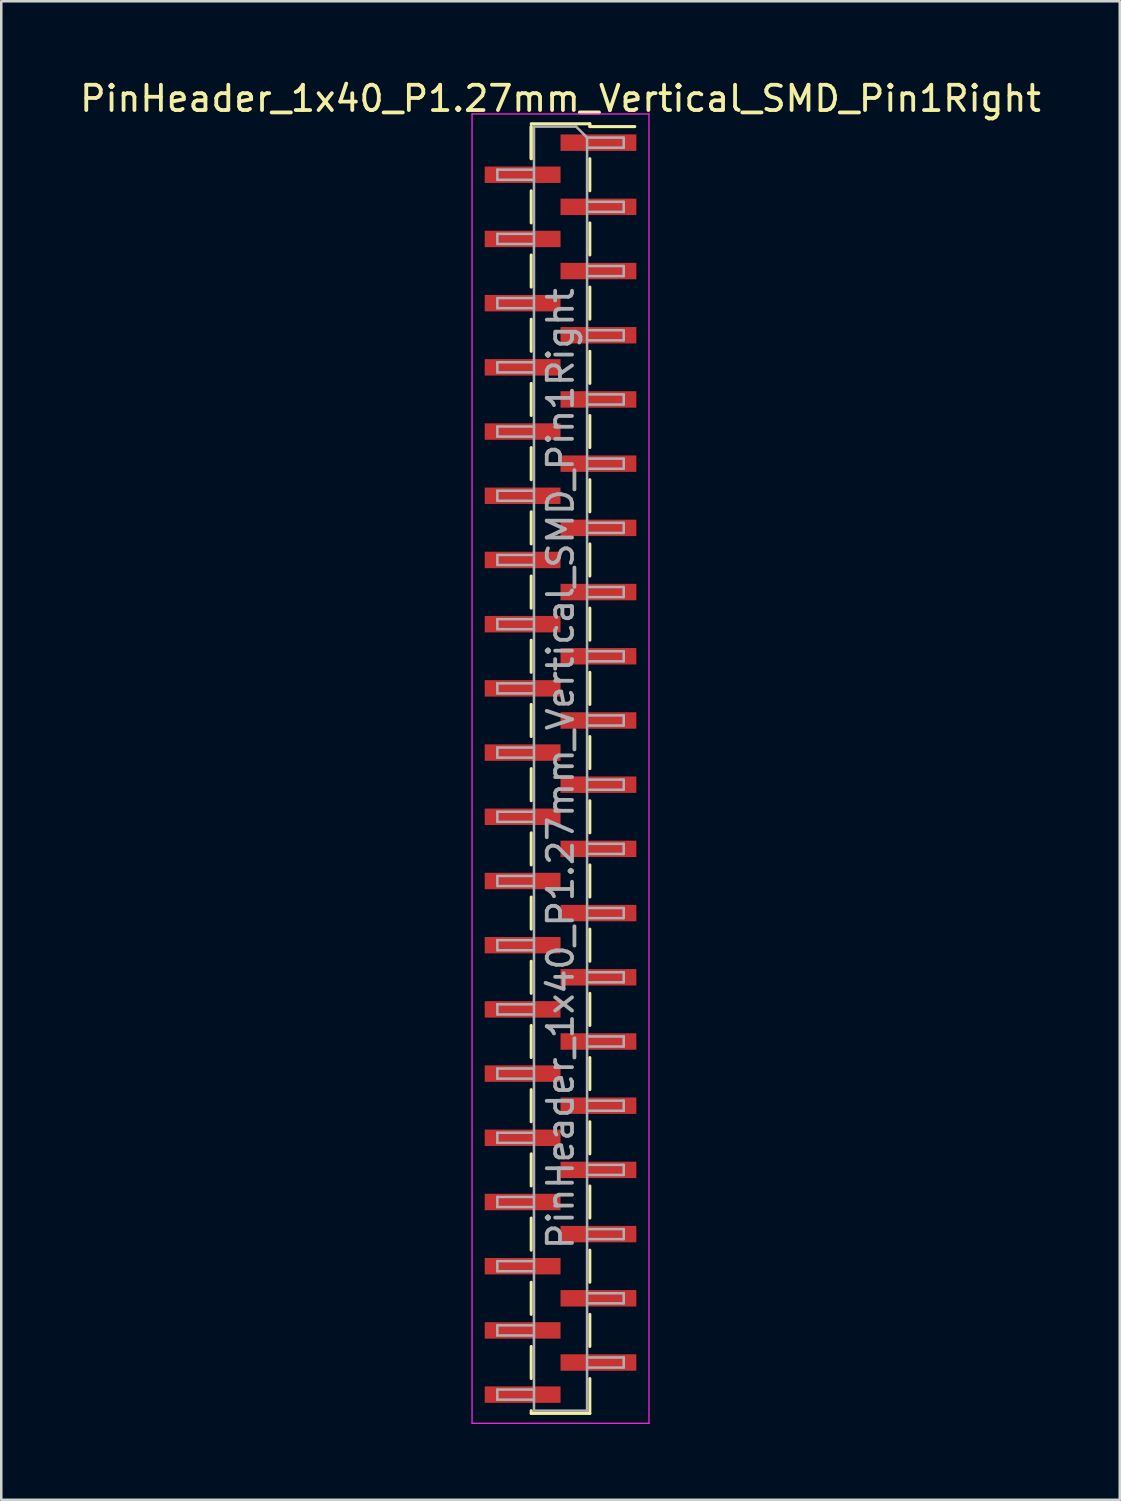
<source format=kicad_pcb>
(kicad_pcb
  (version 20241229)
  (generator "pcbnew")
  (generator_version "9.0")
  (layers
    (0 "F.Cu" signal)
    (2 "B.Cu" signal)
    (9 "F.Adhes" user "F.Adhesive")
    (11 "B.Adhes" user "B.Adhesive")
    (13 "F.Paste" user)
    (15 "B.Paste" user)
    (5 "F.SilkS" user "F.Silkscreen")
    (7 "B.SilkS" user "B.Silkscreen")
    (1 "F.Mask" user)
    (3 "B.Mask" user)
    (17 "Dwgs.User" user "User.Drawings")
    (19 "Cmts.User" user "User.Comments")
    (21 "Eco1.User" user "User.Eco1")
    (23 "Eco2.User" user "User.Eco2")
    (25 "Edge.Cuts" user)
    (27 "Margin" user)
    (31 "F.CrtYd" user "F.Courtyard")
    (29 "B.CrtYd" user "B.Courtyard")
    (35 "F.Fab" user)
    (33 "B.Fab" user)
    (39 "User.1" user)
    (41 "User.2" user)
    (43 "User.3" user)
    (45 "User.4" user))
  (footprint "PinHeader_1x40_P1.27mm_Vertical_SMD_Pin1Right"
    (layer "F.Cu")
    (at 19.125 27.358)
    (property "Reference" "PinHeader_1x40_P1.27mm_Vertical_SMD_Pin1Right" (at 0 -26.51 0) (layer "F.SilkS") (effects (font (size 1 1) (thickness 0.15))))
    (attr smd)
    (fp_line (start -1.16 -25.51) (end 1.16 -25.51) (stroke (width 0.12) (type solid)) (layer "F.SilkS"))
    (fp_line (start -1.16 -25.4) (end -1.16 -24.13) (stroke (width 0.12) (type solid)) (layer "F.SilkS"))
    (fp_line (start -1.16 -25.4) (end -1.16 -24.13) (stroke (width 0.12) (type solid)) (layer "F.SilkS"))
    (fp_line (start -1.16 -22.86) (end -1.16 -21.59) (stroke (width 0.12) (type solid)) (layer "F.SilkS"))
    (fp_line (start -1.16 -20.32) (end -1.16 -19.05) (stroke (width 0.12) (type solid)) (layer "F.SilkS"))
    (fp_line (start -1.16 -17.78) (end -1.16 -16.51) (stroke (width 0.12) (type solid)) (layer "F.SilkS"))
    (fp_line (start -1.16 -15.24) (end -1.16 -13.97) (stroke (width 0.12) (type solid)) (layer "F.SilkS"))
    (fp_line (start -1.16 -12.7) (end -1.16 -11.43) (stroke (width 0.12) (type solid)) (layer "F.SilkS"))
    (fp_line (start -1.16 -10.16) (end -1.16 -8.89) (stroke (width 0.12) (type solid)) (layer "F.SilkS"))
    (fp_line (start -1.16 -7.62) (end -1.16 -6.35) (stroke (width 0.12) (type solid)) (layer "F.SilkS"))
    (fp_line (start -1.16 -5.08) (end -1.16 -3.81) (stroke (width 0.12) (type solid)) (layer "F.SilkS"))
    (fp_line (start -1.16 -2.54) (end -1.16 -1.27) (stroke (width 0.12) (type solid)) (layer "F.SilkS"))
    (fp_line (start -1.16 0) (end -1.16 1.27) (stroke (width 0.12) (type solid)) (layer "F.SilkS"))
    (fp_line (start -1.16 2.54) (end -1.16 3.81) (stroke (width 0.12) (type solid)) (layer "F.SilkS"))
    (fp_line (start -1.16 5.08) (end -1.16 6.35) (stroke (width 0.12) (type solid)) (layer "F.SilkS"))
    (fp_line (start -1.16 7.62) (end -1.16 8.89) (stroke (width 0.12) (type solid)) (layer "F.SilkS"))
    (fp_line (start -1.16 10.16) (end -1.16 11.43) (stroke (width 0.12) (type solid)) (layer "F.SilkS"))
    (fp_line (start -1.16 12.7) (end -1.16 13.97) (stroke (width 0.12) (type solid)) (layer "F.SilkS"))
    (fp_line (start -1.16 15.24) (end -1.16 16.51) (stroke (width 0.12) (type solid)) (layer "F.SilkS"))
    (fp_line (start -1.16 17.78) (end -1.16 19.05) (stroke (width 0.12) (type solid)) (layer "F.SilkS"))
    (fp_line (start -1.16 20.32) (end -1.16 21.59) (stroke (width 0.12) (type solid)) (layer "F.SilkS"))
    (fp_line (start -1.16 22.86) (end -1.16 24.13) (stroke (width 0.12) (type solid)) (layer "F.SilkS"))
    (fp_line (start -1.16 25.4) (end -1.16 25.51) (stroke (width 0.12) (type solid)) (layer "F.SilkS"))
    (fp_line (start -1.16 25.51) (end 1.16 25.51) (stroke (width 0.12) (type solid)) (layer "F.SilkS"))
    (fp_line (start 1.16 -25.51) (end 1.16 -25.4) (stroke (width 0.12) (type solid)) (layer "F.SilkS"))
    (fp_line (start 1.16 -25.4) (end 2.94 -25.4) (stroke (width 0.12) (type solid)) (layer "F.SilkS"))
    (fp_line (start 1.16 -24.13) (end 1.16 -22.86) (stroke (width 0.12) (type solid)) (layer "F.SilkS"))
    (fp_line (start 1.16 -21.59) (end 1.16 -20.32) (stroke (width 0.12) (type solid)) (layer "F.SilkS"))
    (fp_line (start 1.16 -19.05) (end 1.16 -17.78) (stroke (width 0.12) (type solid)) (layer "F.SilkS"))
    (fp_line (start 1.16 -16.51) (end 1.16 -15.24) (stroke (width 0.12) (type solid)) (layer "F.SilkS"))
    (fp_line (start 1.16 -13.97) (end 1.16 -12.7) (stroke (width 0.12) (type solid)) (layer "F.SilkS"))
    (fp_line (start 1.16 -11.43) (end 1.16 -10.16) (stroke (width 0.12) (type solid)) (layer "F.SilkS"))
    (fp_line (start 1.16 -8.89) (end 1.16 -7.62) (stroke (width 0.12) (type solid)) (layer "F.SilkS"))
    (fp_line (start 1.16 -6.35) (end 1.16 -5.08) (stroke (width 0.12) (type solid)) (layer "F.SilkS"))
    (fp_line (start 1.16 -3.81) (end 1.16 -2.54) (stroke (width 0.12) (type solid)) (layer "F.SilkS"))
    (fp_line (start 1.16 -1.27) (end 1.16 0) (stroke (width 0.12) (type solid)) (layer "F.SilkS"))
    (fp_line (start 1.16 1.27) (end 1.16 2.54) (stroke (width 0.12) (type solid)) (layer "F.SilkS"))
    (fp_line (start 1.16 3.81) (end 1.16 5.08) (stroke (width 0.12) (type solid)) (layer "F.SilkS"))
    (fp_line (start 1.16 6.35) (end 1.16 7.62) (stroke (width 0.12) (type solid)) (layer "F.SilkS"))
    (fp_line (start 1.16 8.89) (end 1.16 10.16) (stroke (width 0.12) (type solid)) (layer "F.SilkS"))
    (fp_line (start 1.16 11.43) (end 1.16 12.7) (stroke (width 0.12) (type solid)) (layer "F.SilkS"))
    (fp_line (start 1.16 13.97) (end 1.16 15.24) (stroke (width 0.12) (type solid)) (layer "F.SilkS"))
    (fp_line (start 1.16 16.51) (end 1.16 17.78) (stroke (width 0.12) (type solid)) (layer "F.SilkS"))
    (fp_line (start 1.16 19.05) (end 1.16 20.32) (stroke (width 0.12) (type solid)) (layer "F.SilkS"))
    (fp_line (start 1.16 21.59) (end 1.16 22.86) (stroke (width 0.12) (type solid)) (layer "F.SilkS"))
    (fp_line (start 1.16 24.13) (end 1.16 25.51) (stroke (width 0.12) (type solid)) (layer "F.SilkS"))
    (fp_line (start -3.5 -25.9) (end -3.5 25.9) (stroke (width 0.05) (type solid)) (layer "F.CrtYd"))
    (fp_line (start -3.5 25.9) (end 3.5 25.9) (stroke (width 0.05) (type solid)) (layer "F.CrtYd"))
    (fp_line (start 3.5 -25.9) (end -3.5 -25.9) (stroke (width 0.05) (type solid)) (layer "F.CrtYd"))
    (fp_line (start 3.5 25.9) (end 3.5 -25.9) (stroke (width 0.05) (type solid)) (layer "F.CrtYd"))
    (fp_line (start -2.5 -23.695) (end -2.5 -23.295) (stroke (width 0.1) (type solid)) (layer "F.Fab"))
    (fp_line (start -2.5 -23.295) (end -1.05 -23.295) (stroke (width 0.1) (type solid)) (layer "F.Fab"))
    (fp_line (start -2.5 -21.155) (end -2.5 -20.755) (stroke (width 0.1) (type solid)) (layer "F.Fab"))
    (fp_line (start -2.5 -20.755) (end -1.05 -20.755) (stroke (width 0.1) (type solid)) (layer "F.Fab"))
    (fp_line (start -2.5 -18.615) (end -2.5 -18.215) (stroke (width 0.1) (type solid)) (layer "F.Fab"))
    (fp_line (start -2.5 -18.215) (end -1.05 -18.215) (stroke (width 0.1) (type solid)) (layer "F.Fab"))
    (fp_line (start -2.5 -16.075) (end -2.5 -15.675) (stroke (width 0.1) (type solid)) (layer "F.Fab"))
    (fp_line (start -2.5 -15.675) (end -1.05 -15.675) (stroke (width 0.1) (type solid)) (layer "F.Fab"))
    (fp_line (start -2.5 -13.535) (end -2.5 -13.135) (stroke (width 0.1) (type solid)) (layer "F.Fab"))
    (fp_line (start -2.5 -13.135) (end -1.05 -13.135) (stroke (width 0.1) (type solid)) (layer "F.Fab"))
    (fp_line (start -2.5 -10.995) (end -2.5 -10.595) (stroke (width 0.1) (type solid)) (layer "F.Fab"))
    (fp_line (start -2.5 -10.595) (end -1.05 -10.595) (stroke (width 0.1) (type solid)) (layer "F.Fab"))
    (fp_line (start -2.5 -8.455) (end -2.5 -8.055) (stroke (width 0.1) (type solid)) (layer "F.Fab"))
    (fp_line (start -2.5 -8.055) (end -1.05 -8.055) (stroke (width 0.1) (type solid)) (layer "F.Fab"))
    (fp_line (start -2.5 -5.915) (end -2.5 -5.515) (stroke (width 0.1) (type solid)) (layer "F.Fab"))
    (fp_line (start -2.5 -5.515) (end -1.05 -5.515) (stroke (width 0.1) (type solid)) (layer "F.Fab"))
    (fp_line (start -2.5 -3.375) (end -2.5 -2.975) (stroke (width 0.1) (type solid)) (layer "F.Fab"))
    (fp_line (start -2.5 -2.975) (end -1.05 -2.975) (stroke (width 0.1) (type solid)) (layer "F.Fab"))
    (fp_line (start -2.5 -0.835) (end -2.5 -0.435) (stroke (width 0.1) (type solid)) (layer "F.Fab"))
    (fp_line (start -2.5 -0.435) (end -1.05 -0.435) (stroke (width 0.1) (type solid)) (layer "F.Fab"))
    (fp_line (start -2.5 1.705) (end -2.5 2.105) (stroke (width 0.1) (type solid)) (layer "F.Fab"))
    (fp_line (start -2.5 2.105) (end -1.05 2.105) (stroke (width 0.1) (type solid)) (layer "F.Fab"))
    (fp_line (start -2.5 4.245) (end -2.5 4.645) (stroke (width 0.1) (type solid)) (layer "F.Fab"))
    (fp_line (start -2.5 4.645) (end -1.05 4.645) (stroke (width 0.1) (type solid)) (layer "F.Fab"))
    (fp_line (start -2.5 6.785) (end -2.5 7.185) (stroke (width 0.1) (type solid)) (layer "F.Fab"))
    (fp_line (start -2.5 7.185) (end -1.05 7.185) (stroke (width 0.1) (type solid)) (layer "F.Fab"))
    (fp_line (start -2.5 9.325) (end -2.5 9.725) (stroke (width 0.1) (type solid)) (layer "F.Fab"))
    (fp_line (start -2.5 9.725) (end -1.05 9.725) (stroke (width 0.1) (type solid)) (layer "F.Fab"))
    (fp_line (start -2.5 11.865) (end -2.5 12.265) (stroke (width 0.1) (type solid)) (layer "F.Fab"))
    (fp_line (start -2.5 12.265) (end -1.05 12.265) (stroke (width 0.1) (type solid)) (layer "F.Fab"))
    (fp_line (start -2.5 14.405) (end -2.5 14.805) (stroke (width 0.1) (type solid)) (layer "F.Fab"))
    (fp_line (start -2.5 14.805) (end -1.05 14.805) (stroke (width 0.1) (type solid)) (layer "F.Fab"))
    (fp_line (start -2.5 16.945) (end -2.5 17.345) (stroke (width 0.1) (type solid)) (layer "F.Fab"))
    (fp_line (start -2.5 17.345) (end -1.05 17.345) (stroke (width 0.1) (type solid)) (layer "F.Fab"))
    (fp_line (start -2.5 19.485) (end -2.5 19.885) (stroke (width 0.1) (type solid)) (layer "F.Fab"))
    (fp_line (start -2.5 19.885) (end -1.05 19.885) (stroke (width 0.1) (type solid)) (layer "F.Fab"))
    (fp_line (start -2.5 22.025) (end -2.5 22.425) (stroke (width 0.1) (type solid)) (layer "F.Fab"))
    (fp_line (start -2.5 22.425) (end -1.05 22.425) (stroke (width 0.1) (type solid)) (layer "F.Fab"))
    (fp_line (start -2.5 24.565) (end -2.5 24.965) (stroke (width 0.1) (type solid)) (layer "F.Fab"))
    (fp_line (start -2.5 24.965) (end -1.05 24.965) (stroke (width 0.1) (type solid)) (layer "F.Fab"))
    (fp_line (start -1.05 -25.4) (end -1.05 25.4) (stroke (width 0.1) (type solid)) (layer "F.Fab"))
    (fp_line (start -1.05 -25.4) (end 0.615 -25.4) (stroke (width 0.1) (type solid)) (layer "F.Fab"))
    (fp_line (start -1.05 -23.695) (end -2.5 -23.695) (stroke (width 0.1) (type solid)) (layer "F.Fab"))
    (fp_line (start -1.05 -21.155) (end -2.5 -21.155) (stroke (width 0.1) (type solid)) (layer "F.Fab"))
    (fp_line (start -1.05 -18.615) (end -2.5 -18.615) (stroke (width 0.1) (type solid)) (layer "F.Fab"))
    (fp_line (start -1.05 -16.075) (end -2.5 -16.075) (stroke (width 0.1) (type solid)) (layer "F.Fab"))
    (fp_line (start -1.05 -13.535) (end -2.5 -13.535) (stroke (width 0.1) (type solid)) (layer "F.Fab"))
    (fp_line (start -1.05 -10.995) (end -2.5 -10.995) (stroke (width 0.1) (type solid)) (layer "F.Fab"))
    (fp_line (start -1.05 -8.455) (end -2.5 -8.455) (stroke (width 0.1) (type solid)) (layer "F.Fab"))
    (fp_line (start -1.05 -5.915) (end -2.5 -5.915) (stroke (width 0.1) (type solid)) (layer "F.Fab"))
    (fp_line (start -1.05 -3.375) (end -2.5 -3.375) (stroke (width 0.1) (type solid)) (layer "F.Fab"))
    (fp_line (start -1.05 -0.835) (end -2.5 -0.835) (stroke (width 0.1) (type solid)) (layer "F.Fab"))
    (fp_line (start -1.05 1.705) (end -2.5 1.705) (stroke (width 0.1) (type solid)) (layer "F.Fab"))
    (fp_line (start -1.05 4.245) (end -2.5 4.245) (stroke (width 0.1) (type solid)) (layer "F.Fab"))
    (fp_line (start -1.05 6.785) (end -2.5 6.785) (stroke (width 0.1) (type solid)) (layer "F.Fab"))
    (fp_line (start -1.05 9.325) (end -2.5 9.325) (stroke (width 0.1) (type solid)) (layer "F.Fab"))
    (fp_line (start -1.05 11.865) (end -2.5 11.865) (stroke (width 0.1) (type solid)) (layer "F.Fab"))
    (fp_line (start -1.05 14.405) (end -2.5 14.405) (stroke (width 0.1) (type solid)) (layer "F.Fab"))
    (fp_line (start -1.05 16.945) (end -2.5 16.945) (stroke (width 0.1) (type solid)) (layer "F.Fab"))
    (fp_line (start -1.05 19.485) (end -2.5 19.485) (stroke (width 0.1) (type solid)) (layer "F.Fab"))
    (fp_line (start -1.05 22.025) (end -2.5 22.025) (stroke (width 0.1) (type solid)) (layer "F.Fab"))
    (fp_line (start -1.05 24.565) (end -2.5 24.565) (stroke (width 0.1) (type solid)) (layer "F.Fab"))
    (fp_line (start 1.05 -24.965) (end 0.615 -25.4) (stroke (width 0.1) (type solid)) (layer "F.Fab"))
    (fp_line (start 1.05 -24.965) (end 2.5 -24.965) (stroke (width 0.1) (type solid)) (layer "F.Fab"))
    (fp_line (start 1.05 -22.425) (end 2.5 -22.425) (stroke (width 0.1) (type solid)) (layer "F.Fab"))
    (fp_line (start 1.05 -19.885) (end 2.5 -19.885) (stroke (width 0.1) (type solid)) (layer "F.Fab"))
    (fp_line (start 1.05 -17.345) (end 2.5 -17.345) (stroke (width 0.1) (type solid)) (layer "F.Fab"))
    (fp_line (start 1.05 -14.805) (end 2.5 -14.805) (stroke (width 0.1) (type solid)) (layer "F.Fab"))
    (fp_line (start 1.05 -12.265) (end 2.5 -12.265) (stroke (width 0.1) (type solid)) (layer "F.Fab"))
    (fp_line (start 1.05 -9.725) (end 2.5 -9.725) (stroke (width 0.1) (type solid)) (layer "F.Fab"))
    (fp_line (start 1.05 -7.185) (end 2.5 -7.185) (stroke (width 0.1) (type solid)) (layer "F.Fab"))
    (fp_line (start 1.05 -4.645) (end 2.5 -4.645) (stroke (width 0.1) (type solid)) (layer "F.Fab"))
    (fp_line (start 1.05 -2.105) (end 2.5 -2.105) (stroke (width 0.1) (type solid)) (layer "F.Fab"))
    (fp_line (start 1.05 0.435) (end 2.5 0.435) (stroke (width 0.1) (type solid)) (layer "F.Fab"))
    (fp_line (start 1.05 2.975) (end 2.5 2.975) (stroke (width 0.1) (type solid)) (layer "F.Fab"))
    (fp_line (start 1.05 5.515) (end 2.5 5.515) (stroke (width 0.1) (type solid)) (layer "F.Fab"))
    (fp_line (start 1.05 8.055) (end 2.5 8.055) (stroke (width 0.1) (type solid)) (layer "F.Fab"))
    (fp_line (start 1.05 10.595) (end 2.5 10.595) (stroke (width 0.1) (type solid)) (layer "F.Fab"))
    (fp_line (start 1.05 13.135) (end 2.5 13.135) (stroke (width 0.1) (type solid)) (layer "F.Fab"))
    (fp_line (start 1.05 15.675) (end 2.5 15.675) (stroke (width 0.1) (type solid)) (layer "F.Fab"))
    (fp_line (start 1.05 18.215) (end 2.5 18.215) (stroke (width 0.1) (type solid)) (layer "F.Fab"))
    (fp_line (start 1.05 20.755) (end 2.5 20.755) (stroke (width 0.1) (type solid)) (layer "F.Fab"))
    (fp_line (start 1.05 23.295) (end 2.5 23.295) (stroke (width 0.1) (type solid)) (layer "F.Fab"))
    (fp_line (start 1.05 25.4) (end -1.05 25.4) (stroke (width 0.1) (type solid)) (layer "F.Fab"))
    (fp_line (start 1.05 25.4) (end 1.05 -24.965) (stroke (width 0.1) (type solid)) (layer "F.Fab"))
    (fp_line (start 2.5 -24.965) (end 2.5 -24.565) (stroke (width 0.1) (type solid)) (layer "F.Fab"))
    (fp_line (start 2.5 -24.565) (end 1.05 -24.565) (stroke (width 0.1) (type solid)) (layer "F.Fab"))
    (fp_line (start 2.5 -22.425) (end 2.5 -22.025) (stroke (width 0.1) (type solid)) (layer "F.Fab"))
    (fp_line (start 2.5 -22.025) (end 1.05 -22.025) (stroke (width 0.1) (type solid)) (layer "F.Fab"))
    (fp_line (start 2.5 -19.885) (end 2.5 -19.485) (stroke (width 0.1) (type solid)) (layer "F.Fab"))
    (fp_line (start 2.5 -19.485) (end 1.05 -19.485) (stroke (width 0.1) (type solid)) (layer "F.Fab"))
    (fp_line (start 2.5 -17.345) (end 2.5 -16.945) (stroke (width 0.1) (type solid)) (layer "F.Fab"))
    (fp_line (start 2.5 -16.945) (end 1.05 -16.945) (stroke (width 0.1) (type solid)) (layer "F.Fab"))
    (fp_line (start 2.5 -14.805) (end 2.5 -14.405) (stroke (width 0.1) (type solid)) (layer "F.Fab"))
    (fp_line (start 2.5 -14.405) (end 1.05 -14.405) (stroke (width 0.1) (type solid)) (layer "F.Fab"))
    (fp_line (start 2.5 -12.265) (end 2.5 -11.865) (stroke (width 0.1) (type solid)) (layer "F.Fab"))
    (fp_line (start 2.5 -11.865) (end 1.05 -11.865) (stroke (width 0.1) (type solid)) (layer "F.Fab"))
    (fp_line (start 2.5 -9.725) (end 2.5 -9.325) (stroke (width 0.1) (type solid)) (layer "F.Fab"))
    (fp_line (start 2.5 -9.325) (end 1.05 -9.325) (stroke (width 0.1) (type solid)) (layer "F.Fab"))
    (fp_line (start 2.5 -7.185) (end 2.5 -6.785) (stroke (width 0.1) (type solid)) (layer "F.Fab"))
    (fp_line (start 2.5 -6.785) (end 1.05 -6.785) (stroke (width 0.1) (type solid)) (layer "F.Fab"))
    (fp_line (start 2.5 -4.645) (end 2.5 -4.245) (stroke (width 0.1) (type solid)) (layer "F.Fab"))
    (fp_line (start 2.5 -4.245) (end 1.05 -4.245) (stroke (width 0.1) (type solid)) (layer "F.Fab"))
    (fp_line (start 2.5 -2.105) (end 2.5 -1.705) (stroke (width 0.1) (type solid)) (layer "F.Fab"))
    (fp_line (start 2.5 -1.705) (end 1.05 -1.705) (stroke (width 0.1) (type solid)) (layer "F.Fab"))
    (fp_line (start 2.5 0.435) (end 2.5 0.835) (stroke (width 0.1) (type solid)) (layer "F.Fab"))
    (fp_line (start 2.5 0.835) (end 1.05 0.835) (stroke (width 0.1) (type solid)) (layer "F.Fab"))
    (fp_line (start 2.5 2.975) (end 2.5 3.375) (stroke (width 0.1) (type solid)) (layer "F.Fab"))
    (fp_line (start 2.5 3.375) (end 1.05 3.375) (stroke (width 0.1) (type solid)) (layer "F.Fab"))
    (fp_line (start 2.5 5.515) (end 2.5 5.915) (stroke (width 0.1) (type solid)) (layer "F.Fab"))
    (fp_line (start 2.5 5.915) (end 1.05 5.915) (stroke (width 0.1) (type solid)) (layer "F.Fab"))
    (fp_line (start 2.5 8.055) (end 2.5 8.455) (stroke (width 0.1) (type solid)) (layer "F.Fab"))
    (fp_line (start 2.5 8.455) (end 1.05 8.455) (stroke (width 0.1) (type solid)) (layer "F.Fab"))
    (fp_line (start 2.5 10.595) (end 2.5 10.995) (stroke (width 0.1) (type solid)) (layer "F.Fab"))
    (fp_line (start 2.5 10.995) (end 1.05 10.995) (stroke (width 0.1) (type solid)) (layer "F.Fab"))
    (fp_line (start 2.5 13.135) (end 2.5 13.535) (stroke (width 0.1) (type solid)) (layer "F.Fab"))
    (fp_line (start 2.5 13.535) (end 1.05 13.535) (stroke (width 0.1) (type solid)) (layer "F.Fab"))
    (fp_line (start 2.5 15.675) (end 2.5 16.075) (stroke (width 0.1) (type solid)) (layer "F.Fab"))
    (fp_line (start 2.5 16.075) (end 1.05 16.075) (stroke (width 0.1) (type solid)) (layer "F.Fab"))
    (fp_line (start 2.5 18.215) (end 2.5 18.615) (stroke (width 0.1) (type solid)) (layer "F.Fab"))
    (fp_line (start 2.5 18.615) (end 1.05 18.615) (stroke (width 0.1) (type solid)) (layer "F.Fab"))
    (fp_line (start 2.5 20.755) (end 2.5 21.155) (stroke (width 0.1) (type solid)) (layer "F.Fab"))
    (fp_line (start 2.5 21.155) (end 1.05 21.155) (stroke (width 0.1) (type solid)) (layer "F.Fab"))
    (fp_line (start 2.5 23.295) (end 2.5 23.695) (stroke (width 0.1) (type solid)) (layer "F.Fab"))
    (fp_line (start 2.5 23.695) (end 1.05 23.695) (stroke (width 0.1) (type solid)) (layer "F.Fab"))
    (fp_text user "${REFERENCE}" (at 0 0 90) (layer "F.Fab") (effects (font (size 1 1) (thickness 0.15))))
    (pad "1" smd rect (at 1.5 -24.765) (size 3 0.65) (layers "F.Cu" "F.Mask" "F.Paste"))
    (pad "2" smd rect (at -1.5 -23.495) (size 3 0.65) (layers "F.Cu" "F.Mask" "F.Paste"))
    (pad "3" smd rect (at 1.5 -22.225) (size 3 0.65) (layers "F.Cu" "F.Mask" "F.Paste"))
    (pad "4" smd rect (at -1.5 -20.955) (size 3 0.65) (layers "F.Cu" "F.Mask" "F.Paste"))
    (pad "5" smd rect (at 1.5 -19.685) (size 3 0.65) (layers "F.Cu" "F.Mask" "F.Paste"))
    (pad "6" smd rect (at -1.5 -18.415) (size 3 0.65) (layers "F.Cu" "F.Mask" "F.Paste"))
    (pad "7" smd rect (at 1.5 -17.145) (size 3 0.65) (layers "F.Cu" "F.Mask" "F.Paste"))
    (pad "8" smd rect (at -1.5 -15.875) (size 3 0.65) (layers "F.Cu" "F.Mask" "F.Paste"))
    (pad "9" smd rect (at 1.5 -14.605) (size 3 0.65) (layers "F.Cu" "F.Mask" "F.Paste"))
    (pad "10" smd rect (at -1.5 -13.335) (size 3 0.65) (layers "F.Cu" "F.Mask" "F.Paste"))
    (pad "11" smd rect (at 1.5 -12.065) (size 3 0.65) (layers "F.Cu" "F.Mask" "F.Paste"))
    (pad "12" smd rect (at -1.5 -10.795) (size 3 0.65) (layers "F.Cu" "F.Mask" "F.Paste"))
    (pad "13" smd rect (at 1.5 -9.525) (size 3 0.65) (layers "F.Cu" "F.Mask" "F.Paste"))
    (pad "14" smd rect (at -1.5 -8.255) (size 3 0.65) (layers "F.Cu" "F.Mask" "F.Paste"))
    (pad "15" smd rect (at 1.5 -6.985) (size 3 0.65) (layers "F.Cu" "F.Mask" "F.Paste"))
    (pad "16" smd rect (at -1.5 -5.715) (size 3 0.65) (layers "F.Cu" "F.Mask" "F.Paste"))
    (pad "17" smd rect (at 1.5 -4.445) (size 3 0.65) (layers "F.Cu" "F.Mask" "F.Paste"))
    (pad "18" smd rect (at -1.5 -3.175) (size 3 0.65) (layers "F.Cu" "F.Mask" "F.Paste"))
    (pad "19" smd rect (at 1.5 -1.905) (size 3 0.65) (layers "F.Cu" "F.Mask" "F.Paste"))
    (pad "20" smd rect (at -1.5 -0.635) (size 3 0.65) (layers "F.Cu" "F.Mask" "F.Paste"))
    (pad "21" smd rect (at 1.5 0.635) (size 3 0.65) (layers "F.Cu" "F.Mask" "F.Paste"))
    (pad "22" smd rect (at -1.5 1.905) (size 3 0.65) (layers "F.Cu" "F.Mask" "F.Paste"))
    (pad "23" smd rect (at 1.5 3.175) (size 3 0.65) (layers "F.Cu" "F.Mask" "F.Paste"))
    (pad "24" smd rect (at -1.5 4.445) (size 3 0.65) (layers "F.Cu" "F.Mask" "F.Paste"))
    (pad "25" smd rect (at 1.5 5.715) (size 3 0.65) (layers "F.Cu" "F.Mask" "F.Paste"))
    (pad "26" smd rect (at -1.5 6.985) (size 3 0.65) (layers "F.Cu" "F.Mask" "F.Paste"))
    (pad "27" smd rect (at 1.5 8.255) (size 3 0.65) (layers "F.Cu" "F.Mask" "F.Paste"))
    (pad "28" smd rect (at -1.5 9.525) (size 3 0.65) (layers "F.Cu" "F.Mask" "F.Paste"))
    (pad "29" smd rect (at 1.5 10.795) (size 3 0.65) (layers "F.Cu" "F.Mask" "F.Paste"))
    (pad "30" smd rect (at -1.5 12.065) (size 3 0.65) (layers "F.Cu" "F.Mask" "F.Paste"))
    (pad "31" smd rect (at 1.5 13.335) (size 3 0.65) (layers "F.Cu" "F.Mask" "F.Paste"))
    (pad "32" smd rect (at -1.5 14.605) (size 3 0.65) (layers "F.Cu" "F.Mask" "F.Paste"))
    (pad "33" smd rect (at 1.5 15.875) (size 3 0.65) (layers "F.Cu" "F.Mask" "F.Paste"))
    (pad "34" smd rect (at -1.5 17.145) (size 3 0.65) (layers "F.Cu" "F.Mask" "F.Paste"))
    (pad "35" smd rect (at 1.5 18.415) (size 3 0.65) (layers "F.Cu" "F.Mask" "F.Paste"))
    (pad "36" smd rect (at -1.5 19.685) (size 3 0.65) (layers "F.Cu" "F.Mask" "F.Paste"))
    (pad "37" smd rect (at 1.5 20.955) (size 3 0.65) (layers "F.Cu" "F.Mask" "F.Paste"))
    (pad "38" smd rect (at -1.5 22.225) (size 3 0.65) (layers "F.Cu" "F.Mask" "F.Paste"))
    (pad "39" smd rect (at 1.5 23.495) (size 3 0.65) (layers "F.Cu" "F.Mask" "F.Paste"))
    (pad "40" smd rect (at -1.5 24.765) (size 3 0.65) (layers "F.Cu" "F.Mask" "F.Paste")))
  (gr_rect
    (start -3 -3)
    (end 41.25 56.283)
    (stroke (width 0.1) (type default))
    (fill no)
    (layer "Edge.Cuts")))
</source>
